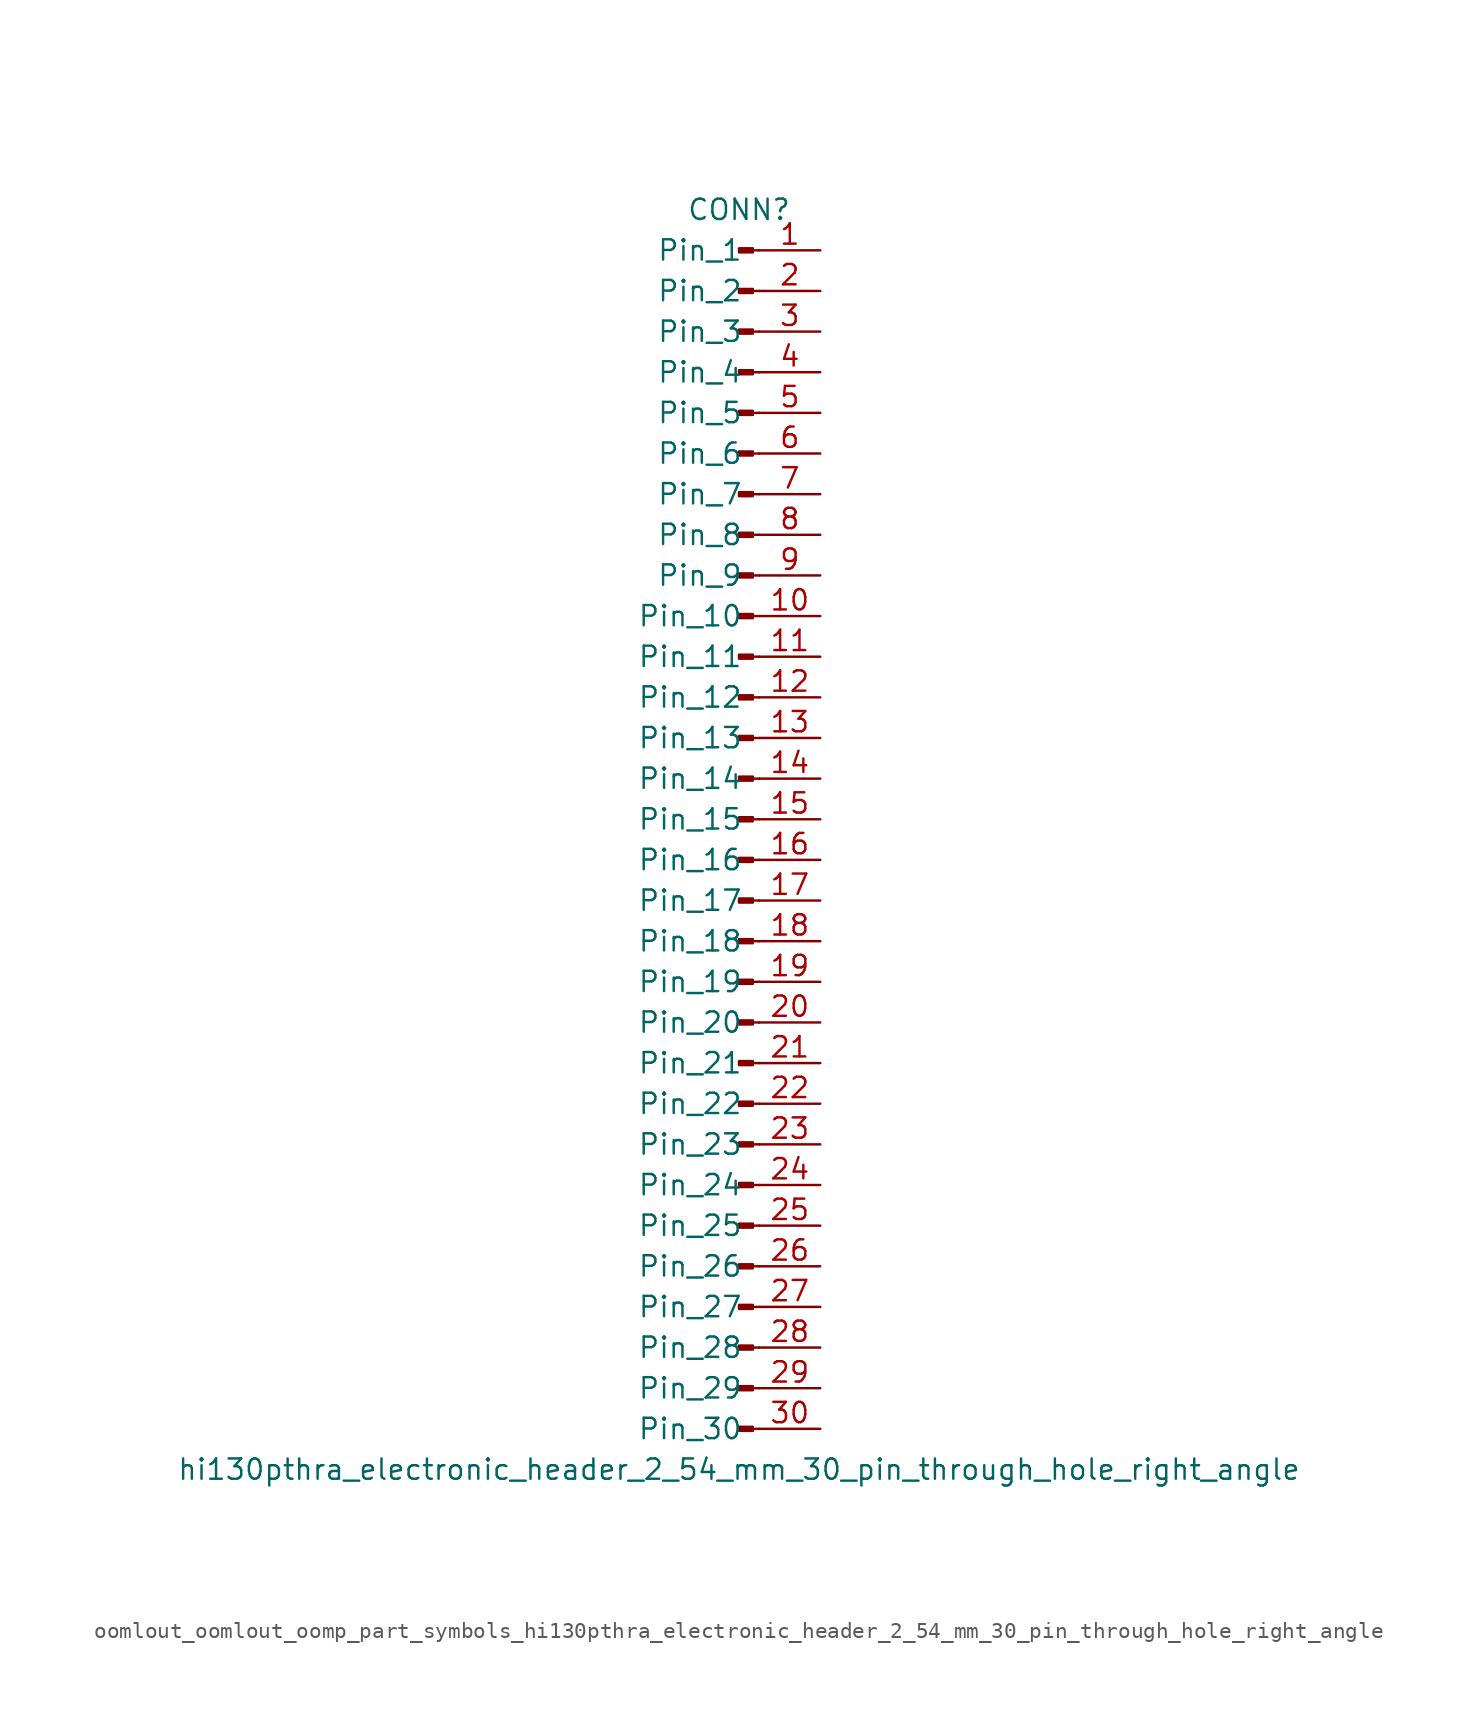
<source format=kicad_sym>
(kicad_symbol_lib
  (version 20220914)
  (generator kicad_symbol_editor)
  (symbol "oomlout_oomlout_oomp_part_symbols_hi130pthra_electronic_header_2_54_mm_30_pin_through_hole_right_angle"
    (pin_names
      (offset 1.016))
    (property "Reference" "CONN"
      (at 0 38.1 0)
      (effects (font (size 1.27 1.27))))
    (property "Value" "hi130pthra_electronic_header_2_54_mm_30_pin_through_hole_right_angle"
      (at 0 -40.64 0)
      (effects (font (size 1.27 1.27))))
    (property "ki_locked" ""
      (at 0 0 0)
      (effects (font (size 1.27 1.27))))
    (symbol "oomlout_oomlout_oomp_part_symbols_hi130pthra_electronic_header_2_54_mm_30_pin_through_hole_right_angle_1_1"
      (polyline (pts (xy 1.27 -38.1) (xy 0.864 -38.1)) (stroke (width 0.152) (type default)) (fill (type none)))
      (polyline (pts (xy 1.27 -35.56) (xy 0.864 -35.56)) (stroke (width 0.152) (type default)) (fill (type none)))
      (polyline (pts (xy 1.27 -33.02) (xy 0.864 -33.02)) (stroke (width 0.152) (type default)) (fill (type none)))
      (polyline (pts (xy 1.27 -30.48) (xy 0.864 -30.48)) (stroke (width 0.152) (type default)) (fill (type none)))
      (polyline (pts (xy 1.27 -27.94) (xy 0.864 -27.94)) (stroke (width 0.152) (type default)) (fill (type none)))
      (polyline (pts (xy 1.27 -25.4) (xy 0.864 -25.4)) (stroke (width 0.152) (type default)) (fill (type none)))
      (polyline (pts (xy 1.27 -22.86) (xy 0.864 -22.86)) (stroke (width 0.152) (type default)) (fill (type none)))
      (polyline (pts (xy 1.27 -20.32) (xy 0.864 -20.32)) (stroke (width 0.152) (type default)) (fill (type none)))
      (polyline (pts (xy 1.27 -17.78) (xy 0.864 -17.78)) (stroke (width 0.152) (type default)) (fill (type none)))
      (polyline (pts (xy 1.27 -15.24) (xy 0.864 -15.24)) (stroke (width 0.152) (type default)) (fill (type none)))
      (polyline (pts (xy 1.27 -12.7) (xy 0.864 -12.7)) (stroke (width 0.152) (type default)) (fill (type none)))
      (polyline (pts (xy 1.27 -10.16) (xy 0.864 -10.16)) (stroke (width 0.152) (type default)) (fill (type none)))
      (polyline (pts (xy 1.27 -7.62) (xy 0.864 -7.62)) (stroke (width 0.152) (type default)) (fill (type none)))
      (polyline (pts (xy 1.27 -5.08) (xy 0.864 -5.08)) (stroke (width 0.152) (type default)) (fill (type none)))
      (polyline (pts (xy 1.27 -2.54) (xy 0.864 -2.54)) (stroke (width 0.152) (type default)) (fill (type none)))
      (polyline (pts (xy 1.27 0) (xy 0.864 0)) (stroke (width 0.152) (type default)) (fill (type none)))
      (polyline (pts (xy 1.27 2.54) (xy 0.864 2.54)) (stroke (width 0.152) (type default)) (fill (type none)))
      (polyline (pts (xy 1.27 5.08) (xy 0.864 5.08)) (stroke (width 0.152) (type default)) (fill (type none)))
      (polyline (pts (xy 1.27 7.62) (xy 0.864 7.62)) (stroke (width 0.152) (type default)) (fill (type none)))
      (polyline (pts (xy 1.27 10.16) (xy 0.864 10.16)) (stroke (width 0.152) (type default)) (fill (type none)))
      (polyline (pts (xy 1.27 12.7) (xy 0.864 12.7)) (stroke (width 0.152) (type default)) (fill (type none)))
      (polyline (pts (xy 1.27 15.24) (xy 0.864 15.24)) (stroke (width 0.152) (type default)) (fill (type none)))
      (polyline (pts (xy 1.27 17.78) (xy 0.864 17.78)) (stroke (width 0.152) (type default)) (fill (type none)))
      (polyline (pts (xy 1.27 20.32) (xy 0.864 20.32)) (stroke (width 0.152) (type default)) (fill (type none)))
      (polyline (pts (xy 1.27 22.86) (xy 0.864 22.86)) (stroke (width 0.152) (type default)) (fill (type none)))
      (polyline (pts (xy 1.27 25.4) (xy 0.864 25.4)) (stroke (width 0.152) (type default)) (fill (type none)))
      (polyline (pts (xy 1.27 27.94) (xy 0.864 27.94)) (stroke (width 0.152) (type default)) (fill (type none)))
      (polyline (pts (xy 1.27 30.48) (xy 0.864 30.48)) (stroke (width 0.152) (type default)) (fill (type none)))
      (polyline (pts (xy 1.27 33.02) (xy 0.864 33.02)) (stroke (width 0.152) (type default)) (fill (type none)))
      (polyline (pts (xy 1.27 35.56) (xy 0.864 35.56)) (stroke (width 0.152) (type default)) (fill (type none)))
      (rectangle (start 0.864 -37.973) (end 0 -38.227) (stroke (width 0.152) (type default)) (fill (type outline)))
      (rectangle (start 0.864 -35.433) (end 0 -35.687) (stroke (width 0.152) (type default)) (fill (type outline)))
      (rectangle (start 0.864 -32.893) (end 0 -33.147) (stroke (width 0.152) (type default)) (fill (type outline)))
      (rectangle (start 0.864 -30.353) (end 0 -30.607) (stroke (width 0.152) (type default)) (fill (type outline)))
      (rectangle (start 0.864 -27.813) (end 0 -28.067) (stroke (width 0.152) (type default)) (fill (type outline)))
      (rectangle (start 0.864 -25.273) (end 0 -25.527) (stroke (width 0.152) (type default)) (fill (type outline)))
      (rectangle (start 0.864 -22.733) (end 0 -22.987) (stroke (width 0.152) (type default)) (fill (type outline)))
      (rectangle (start 0.864 -20.193) (end 0 -20.447) (stroke (width 0.152) (type default)) (fill (type outline)))
      (rectangle (start 0.864 -17.653) (end 0 -17.907) (stroke (width 0.152) (type default)) (fill (type outline)))
      (rectangle (start 0.864 -15.113) (end 0 -15.367) (stroke (width 0.152) (type default)) (fill (type outline)))
      (rectangle (start 0.864 -12.573) (end 0 -12.827) (stroke (width 0.152) (type default)) (fill (type outline)))
      (rectangle (start 0.864 -10.033) (end 0 -10.287) (stroke (width 0.152) (type default)) (fill (type outline)))
      (rectangle (start 0.864 -7.493) (end 0 -7.747) (stroke (width 0.152) (type default)) (fill (type outline)))
      (rectangle (start 0.864 -4.953) (end 0 -5.207) (stroke (width 0.152) (type default)) (fill (type outline)))
      (rectangle (start 0.864 -2.413) (end 0 -2.667) (stroke (width 0.152) (type default)) (fill (type outline)))
      (rectangle (start 0.864 0.127) (end 0 -0.127) (stroke (width 0.152) (type default)) (fill (type outline)))
      (rectangle (start 0.864 2.667) (end 0 2.413) (stroke (width 0.152) (type default)) (fill (type outline)))
      (rectangle (start 0.864 5.207) (end 0 4.953) (stroke (width 0.152) (type default)) (fill (type outline)))
      (rectangle (start 0.864 7.747) (end 0 7.493) (stroke (width 0.152) (type default)) (fill (type outline)))
      (rectangle (start 0.864 10.287) (end 0 10.033) (stroke (width 0.152) (type default)) (fill (type outline)))
      (rectangle (start 0.864 12.827) (end 0 12.573) (stroke (width 0.152) (type default)) (fill (type outline)))
      (rectangle (start 0.864 15.367) (end 0 15.113) (stroke (width 0.152) (type default)) (fill (type outline)))
      (rectangle (start 0.864 17.907) (end 0 17.653) (stroke (width 0.152) (type default)) (fill (type outline)))
      (rectangle (start 0.864 20.447) (end 0 20.193) (stroke (width 0.152) (type default)) (fill (type outline)))
      (rectangle (start 0.864 22.987) (end 0 22.733) (stroke (width 0.152) (type default)) (fill (type outline)))
      (rectangle (start 0.864 25.527) (end 0 25.273) (stroke (width 0.152) (type default)) (fill (type outline)))
      (rectangle (start 0.864 28.067) (end 0 27.813) (stroke (width 0.152) (type default)) (fill (type outline)))
      (rectangle (start 0.864 30.607) (end 0 30.353) (stroke (width 0.152) (type default)) (fill (type outline)))
      (rectangle (start 0.864 33.147) (end 0 32.893) (stroke (width 0.152) (type default)) (fill (type outline)))
      (rectangle (start 0.864 35.687) (end 0 35.433) (stroke (width 0.152) (type default)) (fill (type outline)))
      (pin passive line (at 5.08 35.56 180) (length 3.81) (name "Pin_1" (effects (font (size 1.27 1.27)))) (number "1" (effects (font (size 1.27 1.27)))))
      (pin passive line (at 5.08 12.7 180) (length 3.81) (name "Pin_10" (effects (font (size 1.27 1.27)))) (number "10" (effects (font (size 1.27 1.27)))))
      (pin passive line (at 5.08 10.16 180) (length 3.81) (name "Pin_11" (effects (font (size 1.27 1.27)))) (number "11" (effects (font (size 1.27 1.27)))))
      (pin passive line (at 5.08 7.62 180) (length 3.81) (name "Pin_12" (effects (font (size 1.27 1.27)))) (number "12" (effects (font (size 1.27 1.27)))))
      (pin passive line (at 5.08 5.08 180) (length 3.81) (name "Pin_13" (effects (font (size 1.27 1.27)))) (number "13" (effects (font (size 1.27 1.27)))))
      (pin passive line (at 5.08 2.54 180) (length 3.81) (name "Pin_14" (effects (font (size 1.27 1.27)))) (number "14" (effects (font (size 1.27 1.27)))))
      (pin passive line (at 5.08 0 180) (length 3.81) (name "Pin_15" (effects (font (size 1.27 1.27)))) (number "15" (effects (font (size 1.27 1.27)))))
      (pin passive line (at 5.08 -2.54 180) (length 3.81) (name "Pin_16" (effects (font (size 1.27 1.27)))) (number "16" (effects (font (size 1.27 1.27)))))
      (pin passive line (at 5.08 -5.08 180) (length 3.81) (name "Pin_17" (effects (font (size 1.27 1.27)))) (number "17" (effects (font (size 1.27 1.27)))))
      (pin passive line (at 5.08 -7.62 180) (length 3.81) (name "Pin_18" (effects (font (size 1.27 1.27)))) (number "18" (effects (font (size 1.27 1.27)))))
      (pin passive line (at 5.08 -10.16 180) (length 3.81) (name "Pin_19" (effects (font (size 1.27 1.27)))) (number "19" (effects (font (size 1.27 1.27)))))
      (pin passive line (at 5.08 33.02 180) (length 3.81) (name "Pin_2" (effects (font (size 1.27 1.27)))) (number "2" (effects (font (size 1.27 1.27)))))
      (pin passive line (at 5.08 -12.7 180) (length 3.81) (name "Pin_20" (effects (font (size 1.27 1.27)))) (number "20" (effects (font (size 1.27 1.27)))))
      (pin passive line (at 5.08 -15.24 180) (length 3.81) (name "Pin_21" (effects (font (size 1.27 1.27)))) (number "21" (effects (font (size 1.27 1.27)))))
      (pin passive line (at 5.08 -17.78 180) (length 3.81) (name "Pin_22" (effects (font (size 1.27 1.27)))) (number "22" (effects (font (size 1.27 1.27)))))
      (pin passive line (at 5.08 -20.32 180) (length 3.81) (name "Pin_23" (effects (font (size 1.27 1.27)))) (number "23" (effects (font (size 1.27 1.27)))))
      (pin passive line (at 5.08 -22.86 180) (length 3.81) (name "Pin_24" (effects (font (size 1.27 1.27)))) (number "24" (effects (font (size 1.27 1.27)))))
      (pin passive line (at 5.08 -25.4 180) (length 3.81) (name "Pin_25" (effects (font (size 1.27 1.27)))) (number "25" (effects (font (size 1.27 1.27)))))
      (pin passive line (at 5.08 -27.94 180) (length 3.81) (name "Pin_26" (effects (font (size 1.27 1.27)))) (number "26" (effects (font (size 1.27 1.27)))))
      (pin passive line (at 5.08 -30.48 180) (length 3.81) (name "Pin_27" (effects (font (size 1.27 1.27)))) (number "27" (effects (font (size 1.27 1.27)))))
      (pin passive line (at 5.08 -33.02 180) (length 3.81) (name "Pin_28" (effects (font (size 1.27 1.27)))) (number "28" (effects (font (size 1.27 1.27)))))
      (pin passive line (at 5.08 -35.56 180) (length 3.81) (name "Pin_29" (effects (font (size 1.27 1.27)))) (number "29" (effects (font (size 1.27 1.27)))))
      (pin passive line (at 5.08 30.48 180) (length 3.81) (name "Pin_3" (effects (font (size 1.27 1.27)))) (number "3" (effects (font (size 1.27 1.27)))))
      (pin passive line (at 5.08 -38.1 180) (length 3.81) (name "Pin_30" (effects (font (size 1.27 1.27)))) (number "30" (effects (font (size 1.27 1.27)))))
      (pin passive line (at 5.08 27.94 180) (length 3.81) (name "Pin_4" (effects (font (size 1.27 1.27)))) (number "4" (effects (font (size 1.27 1.27)))))
      (pin passive line (at 5.08 25.4 180) (length 3.81) (name "Pin_5" (effects (font (size 1.27 1.27)))) (number "5" (effects (font (size 1.27 1.27)))))
      (pin passive line (at 5.08 22.86 180) (length 3.81) (name "Pin_6" (effects (font (size 1.27 1.27)))) (number "6" (effects (font (size 1.27 1.27)))))
      (pin passive line (at 5.08 20.32 180) (length 3.81) (name "Pin_7" (effects (font (size 1.27 1.27)))) (number "7" (effects (font (size 1.27 1.27)))))
      (pin passive line (at 5.08 17.78 180) (length 3.81) (name "Pin_8" (effects (font (size 1.27 1.27)))) (number "8" (effects (font (size 1.27 1.27)))))
      (pin passive line (at 5.08 15.24 180) (length 3.81) (name "Pin_9" (effects (font (size 1.27 1.27)))) (number "9" (effects (font (size 1.27 1.27))))))))
</source>
